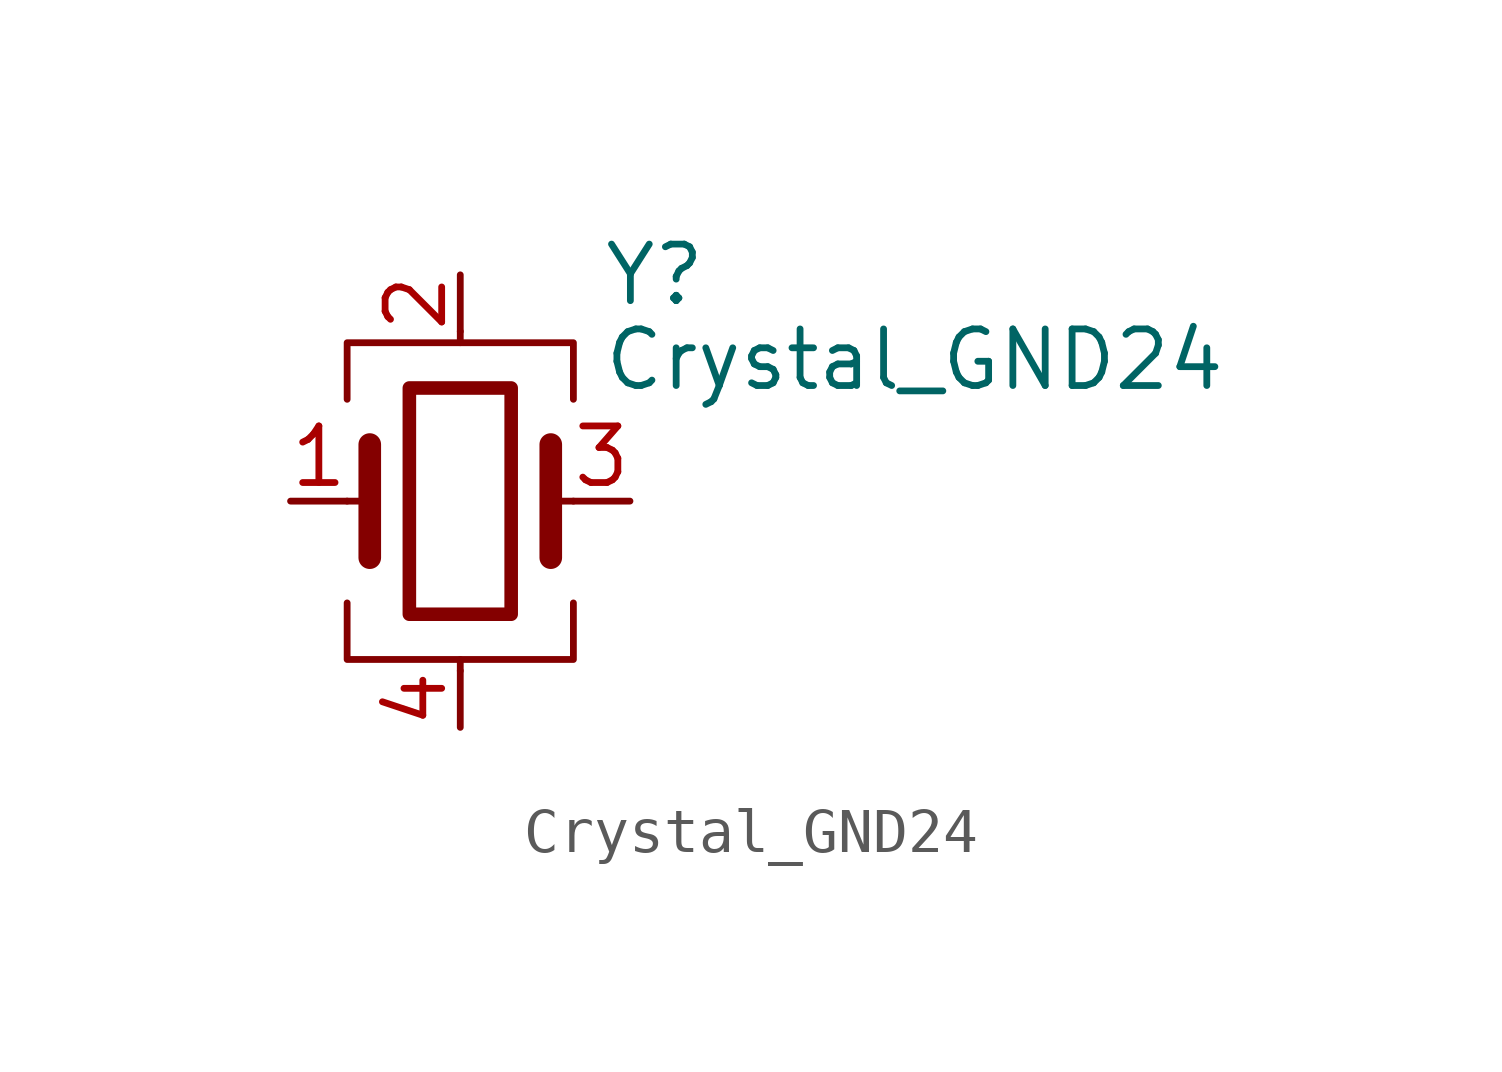
<source format=kicad_sym>
(kicad_symbol_lib
  (version 20211014)
  (generator kicad_symbol_editor)
  (symbol "Crystal_GND24"
    (pin_names
      (offset 1.016) hide)
    (property "Reference" "Y"
      (at 3.175 5.08 0)
      (effects (font (size 1.27 1.27)) (justify left)))
    (property "Value" "Crystal_GND24"
      (at 3.175 3.175 0)
      (effects (font (size 1.27 1.27)) (justify left)))
    (symbol "Crystal_GND24_0_1"
      (rectangle (start -1.143 2.54) (end 1.143 -2.54) (stroke (width 0.305) (type default) (color 0 0 0 0)) (fill (type none)))
      (polyline (pts (xy -2.54 0) (xy -2.032 0)) (stroke (width 0) (type default) (color 0 0 0 0)) (fill (type none)))
      (polyline (pts (xy -2.032 -1.27) (xy -2.032 1.27)) (stroke (width 0.508) (type default) (color 0 0 0 0)) (fill (type none)))
      (polyline (pts (xy 0 -3.81) (xy 0 -3.556)) (stroke (width 0) (type default) (color 0 0 0 0)) (fill (type none)))
      (polyline (pts (xy 0 3.556) (xy 0 3.81)) (stroke (width 0) (type default) (color 0 0 0 0)) (fill (type none)))
      (polyline (pts (xy 2.032 -1.27) (xy 2.032 1.27)) (stroke (width 0.508) (type default) (color 0 0 0 0)) (fill (type none)))
      (polyline (pts (xy 2.032 0) (xy 2.54 0)) (stroke (width 0) (type default) (color 0 0 0 0)) (fill (type none)))
      (polyline (pts (xy -2.54 -2.286) (xy -2.54 -3.556) (xy 2.54 -3.556) (xy 2.54 -2.286)) (stroke (width 0) (type default) (color 0 0 0 0)) (fill (type none)))
      (polyline (pts (xy -2.54 2.286) (xy -2.54 3.556) (xy 2.54 3.556) (xy 2.54 2.286)) (stroke (width 0) (type default) (color 0 0 0 0)) (fill (type none))))
    (symbol "Crystal_GND24_1_1"
      (pin passive line (at -3.81 0 0) (length 1.27) (name "1" (effects (font (size 1.27 1.27)))) (number "1" (effects (font (size 1.27 1.27)))))
      (pin passive line (at 0 5.08 270) (length 1.27) (name "2" (effects (font (size 1.27 1.27)))) (number "2" (effects (font (size 1.27 1.27)))))
      (pin passive line (at 3.81 0 180) (length 1.27) (name "3" (effects (font (size 1.27 1.27)))) (number "3" (effects (font (size 1.27 1.27)))))
      (pin passive line (at 0 -5.08 90) (length 1.27) (name "4" (effects (font (size 1.27 1.27)))) (number "4" (effects (font (size 1.27 1.27))))))))
</source>
